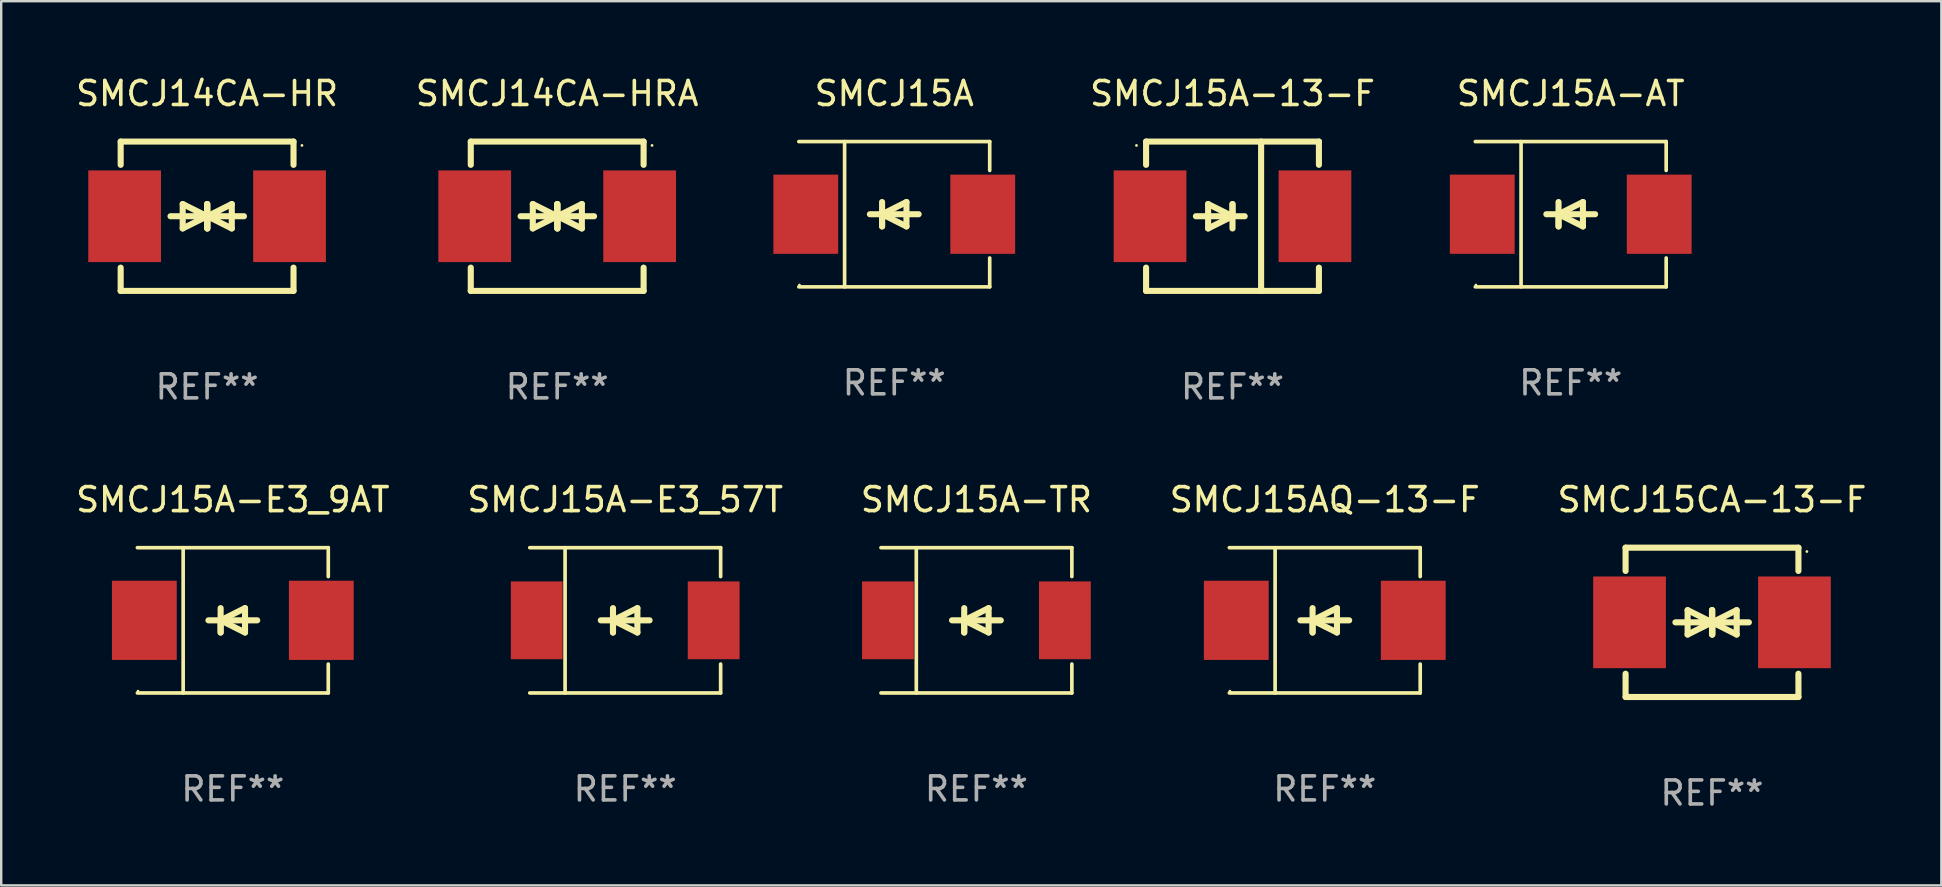
<source format=kicad_pcb>
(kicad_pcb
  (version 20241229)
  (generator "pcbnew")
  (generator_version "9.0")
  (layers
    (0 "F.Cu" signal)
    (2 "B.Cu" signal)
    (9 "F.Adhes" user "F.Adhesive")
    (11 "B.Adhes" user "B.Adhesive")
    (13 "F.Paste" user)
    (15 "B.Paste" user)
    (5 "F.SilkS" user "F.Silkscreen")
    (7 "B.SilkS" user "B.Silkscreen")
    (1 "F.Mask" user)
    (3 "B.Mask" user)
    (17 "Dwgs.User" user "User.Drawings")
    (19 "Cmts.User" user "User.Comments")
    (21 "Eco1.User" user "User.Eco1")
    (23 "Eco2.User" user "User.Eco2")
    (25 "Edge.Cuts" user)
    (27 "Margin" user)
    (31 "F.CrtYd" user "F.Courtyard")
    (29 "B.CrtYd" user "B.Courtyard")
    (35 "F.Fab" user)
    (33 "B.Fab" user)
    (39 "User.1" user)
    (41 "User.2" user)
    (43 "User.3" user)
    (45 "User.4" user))
  (footprint "SMCJ15A-AT"
    (layer "F.Cu")
    (at 62.383 5.874)
    (property "Reference" "SMCJ15A-AT" (at 0 -5.026 0) (layer "F.SilkS") (effects (font (size 1 1) (thickness 0.15))))
    (attr through_hole)
    (fp_line (start -3.976 -3.026) (end 3.976 -3.026) (stroke (width 0.152) (type solid)) (layer "F.SilkS"))
    (fp_line (start -3.976 3.026) (end 3.976 3.026) (stroke (width 0.152) (type solid)) (layer "F.SilkS"))
    (fp_line (start -2.069 -3.026) (end -2.069 3.026) (stroke (width 0.152) (type solid)) (layer "F.SilkS"))
    (fp_line (start -0.508 0) (end -0.508 0.508) (stroke (width 0.254) (type solid)) (layer "F.SilkS"))
    (fp_line (start -0.508 0) (end 0.508 0.508) (stroke (width 0.254) (type solid)) (layer "F.SilkS"))
    (fp_line (start -0.508 0.508) (end -0.508 -0.508) (stroke (width 0.254) (type solid)) (layer "F.SilkS"))
    (fp_line (start 0.508 -0.508) (end -0.508 0) (stroke (width 0.254) (type solid)) (layer "F.SilkS"))
    (fp_line (start 0.508 0.508) (end 0.508 -0.508) (stroke (width 0.254) (type solid)) (layer "F.SilkS"))
    (fp_line (start 1.016 0) (end -1.016 0) (stroke (width 0.254) (type solid)) (layer "F.SilkS"))
    (fp_line (start 3.976 -3.026) (end 3.976 -1.823) (stroke (width 0.152) (type solid)) (layer "F.SilkS"))
    (fp_line (start 3.976 3.026) (end 3.976 1.823) (stroke (width 0.152) (type solid)) (layer "F.SilkS"))
    (fp_circle (center -3.95 2.95) (end -3.92 2.95) (stroke (width 0.06) (type solid)) (fill no) (layer "F.SilkS"))
    (fp_text user "REF**" (at 0 7.026 0) (layer "F.Fab") (effects (font (size 1 1) (thickness 0.15))))
    (pad "1" smd rect (at -3.686 0) (size 2.7 3.3) (layers "F.Cu" "F.Mask" "F.Paste"))
    (pad "2" smd rect (at 3.686 0) (size 2.7 3.3) (layers "F.Cu" "F.Mask" "F.Paste")))
  (footprint "SMCJ14CA-HR"
    (layer "F.Cu")
    (at 5.577 5.958)
    (property "Reference" "SMCJ14CA-HR" (at 0 -5.11 0) (layer "F.SilkS") (effects (font (size 1 1) (thickness 0.15))))
    (attr through_hole)
    (fp_line (start -3.6 -2.141) (end -3.6 -3.11) (stroke (width 0.254) (type solid)) (layer "F.SilkS"))
    (fp_line (start -3.6 3.11) (end -3.6 2.141) (stroke (width 0.254) (type solid)) (layer "F.SilkS"))
    (fp_line (start -1.524 0) (end 0.508 0) (stroke (width 0.254) (type solid)) (layer "F.SilkS"))
    (fp_line (start -1.016 -0.508) (end -1.016 0.508) (stroke (width 0.254) (type solid)) (layer "F.SilkS"))
    (fp_line (start -1.016 0.508) (end 0 0) (stroke (width 0.254) (type solid)) (layer "F.SilkS"))
    (fp_line (start 0 -0.508) (end 0 0.508) (stroke (width 0.254) (type solid)) (layer "F.SilkS"))
    (fp_line (start 0 0) (end -1.016 -0.508) (stroke (width 0.254) (type solid)) (layer "F.SilkS"))
    (fp_line (start 0 0) (end 0 -0.508) (stroke (width 0.254) (type solid)) (layer "F.SilkS"))
    (fp_line (start 0.012 0) (end 0.012 0.508) (stroke (width 0.254) (type solid)) (layer "F.SilkS"))
    (fp_line (start 0.012 0) (end 1.028 0.508) (stroke (width 0.254) (type solid)) (layer "F.SilkS"))
    (fp_line (start 0.012 0.508) (end 0.012 -0.508) (stroke (width 0.254) (type solid)) (layer "F.SilkS"))
    (fp_line (start 1.028 -0.508) (end 0.012 0) (stroke (width 0.254) (type solid)) (layer "F.SilkS"))
    (fp_line (start 1.028 0.508) (end 1.028 -0.508) (stroke (width 0.254) (type solid)) (layer "F.SilkS"))
    (fp_line (start 1.536 0) (end -0.496 0) (stroke (width 0.254) (type solid)) (layer "F.SilkS"))
    (fp_line (start 3.6 -3.11) (end -3.6 -3.11) (stroke (width 0.254) (type solid)) (layer "F.SilkS"))
    (fp_line (start 3.6 -2.141) (end 3.6 -3.11) (stroke (width 0.254) (type solid)) (layer "F.SilkS"))
    (fp_line (start 3.6 3.11) (end -3.6 3.11) (stroke (width 0.254) (type solid)) (layer "F.SilkS"))
    (fp_line (start 3.6 3.11) (end 3.6 2.141) (stroke (width 0.254) (type solid)) (layer "F.SilkS"))
    (fp_circle (center 3.952 -2.95) (end 3.982 -2.95) (stroke (width 0.06) (type solid)) (fill no) (layer "F.SilkS"))
    (fp_text user "REF**" (at 0 7.11 0) (layer "F.Fab") (effects (font (size 1 1) (thickness 0.15))))
    (pad "1" smd rect (at 3.435 0) (size 3.03 3.82) (layers "F.Cu" "F.Mask" "F.Paste"))
    (pad "2" smd rect (at -3.435 0) (size 3.03 3.82) (layers "F.Cu" "F.Mask" "F.Paste")))
  (footprint "SMCJ15A-13-F"
    (layer "F.Cu")
    (at 48.293 5.958)
    (property "Reference" "SMCJ15A-13-F" (at 0 -5.11 0) (layer "F.SilkS") (effects (font (size 1 1) (thickness 0.15))))
    (attr through_hole)
    (fp_line (start -3.6 -2.141) (end -3.6 -3.11) (stroke (width 0.254) (type solid)) (layer "F.SilkS"))
    (fp_line (start -3.6 3.11) (end -3.6 2.141) (stroke (width 0.254) (type solid)) (layer "F.SilkS"))
    (fp_line (start -1.524 0) (end 0.508 0) (stroke (width 0.254) (type solid)) (layer "F.SilkS"))
    (fp_line (start -1.016 -0.508) (end -1.016 0.508) (stroke (width 0.254) (type solid)) (layer "F.SilkS"))
    (fp_line (start -1.016 0.508) (end 0 0) (stroke (width 0.254) (type solid)) (layer "F.SilkS"))
    (fp_line (start 0 -0.508) (end 0 0.508) (stroke (width 0.254) (type solid)) (layer "F.SilkS"))
    (fp_line (start 0 0) (end -1.016 -0.508) (stroke (width 0.254) (type solid)) (layer "F.SilkS"))
    (fp_line (start 0 0) (end 0 -0.508) (stroke (width 0.254) (type solid)) (layer "F.SilkS"))
    (fp_line (start 1.192 3.11) (end 1.192 -3.11) (stroke (width 0.254) (type solid)) (layer "F.SilkS"))
    (fp_line (start 3.6 -3.11) (end -3.6 -3.11) (stroke (width 0.254) (type solid)) (layer "F.SilkS"))
    (fp_line (start 3.6 -2.141) (end 3.6 -3.11) (stroke (width 0.254) (type solid)) (layer "F.SilkS"))
    (fp_line (start 3.6 3.11) (end -3.6 3.11) (stroke (width 0.254) (type solid)) (layer "F.SilkS"))
    (fp_line (start 3.6 3.11) (end 3.6 2.141) (stroke (width 0.254) (type solid)) (layer "F.SilkS"))
    (fp_circle (center -4 -2.95) (end -3.97 -2.95) (stroke (width 0.06) (type solid)) (fill no) (layer "F.SilkS"))
    (fp_text user "REF**" (at 0 7.11 0) (layer "F.Fab") (effects (font (size 1 1) (thickness 0.15))))
    (pad "1" smd rect (at -3.435 0) (size 3.03 3.82) (layers "F.Cu" "F.Mask" "F.Paste"))
    (pad "2" smd rect (at 3.435 0) (size 3.03 3.82) (layers "F.Cu" "F.Mask" "F.Paste")))
  (footprint "SMCJ15A-E3_57T"
    (layer "F.Cu")
    (at 22.994 22.791)
    (property "Reference" "SMCJ15A-E3_57T" (at 0 -5.026 0) (layer "F.SilkS") (effects (font (size 1 1) (thickness 0.15))))
    (attr through_hole)
    (fp_line (start -3.976 -3.026) (end 3.976 -3.026) (stroke (width 0.152) (type solid)) (layer "F.SilkS"))
    (fp_line (start -3.976 3.026) (end 3.976 3.026) (stroke (width 0.152) (type solid)) (layer "F.SilkS"))
    (fp_line (start -2.504 -3.026) (end -2.504 3.026) (stroke (width 0.152) (type solid)) (layer "F.SilkS"))
    (fp_line (start -0.508 0) (end -0.508 0.508) (stroke (width 0.254) (type solid)) (layer "F.SilkS"))
    (fp_line (start -0.508 0) (end 0.508 0.508) (stroke (width 0.254) (type solid)) (layer "F.SilkS"))
    (fp_line (start -0.508 0.508) (end -0.508 -0.508) (stroke (width 0.254) (type solid)) (layer "F.SilkS"))
    (fp_line (start 0.508 -0.508) (end -0.508 0) (stroke (width 0.254) (type solid)) (layer "F.SilkS"))
    (fp_line (start 0.508 0.508) (end 0.508 -0.508) (stroke (width 0.254) (type solid)) (layer "F.SilkS"))
    (fp_line (start 1.016 0) (end -1.016 0) (stroke (width 0.254) (type solid)) (layer "F.SilkS"))
    (fp_line (start 3.976 -3.026) (end 3.976 -1.823) (stroke (width 0.152) (type solid)) (layer "F.SilkS"))
    (fp_line (start 3.976 3.026) (end 3.976 1.823) (stroke (width 0.152) (type solid)) (layer "F.SilkS"))
    (fp_circle (center 3.95 -2.95) (end 3.98 -2.95) (stroke (width 0.06) (type solid)) (fill no) (layer "F.SilkS"))
    (fp_text user "REF**" (at 0 7.026 0) (layer "F.Fab") (effects (font (size 1 1) (thickness 0.15))))
    (pad "1" smd rect (at 3.686 0 180) (size 2.158 3.24) (layers "F.Cu" "F.Mask" "F.Paste"))
    (pad "2" smd rect (at -3.686 0 180) (size 2.158 3.24) (layers "F.Cu" "F.Mask" "F.Paste")))
  (footprint "SMCJ15A-TR"
    (layer "F.Cu")
    (at 37.625 22.791)
    (property "Reference" "SMCJ15A-TR" (at 0 -5.026 0) (layer "F.SilkS") (effects (font (size 1 1) (thickness 0.15))))
    (attr through_hole)
    (fp_line (start -3.976 -3.026) (end 3.976 -3.026) (stroke (width 0.152) (type solid)) (layer "F.SilkS"))
    (fp_line (start -3.976 3.026) (end 3.976 3.026) (stroke (width 0.152) (type solid)) (layer "F.SilkS"))
    (fp_line (start -2.504 -3.026) (end -2.504 3.026) (stroke (width 0.152) (type solid)) (layer "F.SilkS"))
    (fp_line (start -0.508 0) (end -0.508 0.508) (stroke (width 0.254) (type solid)) (layer "F.SilkS"))
    (fp_line (start -0.508 0) (end 0.508 0.508) (stroke (width 0.254) (type solid)) (layer "F.SilkS"))
    (fp_line (start -0.508 0.508) (end -0.508 -0.508) (stroke (width 0.254) (type solid)) (layer "F.SilkS"))
    (fp_line (start 0.508 -0.508) (end -0.508 0) (stroke (width 0.254) (type solid)) (layer "F.SilkS"))
    (fp_line (start 0.508 0.508) (end 0.508 -0.508) (stroke (width 0.254) (type solid)) (layer "F.SilkS"))
    (fp_line (start 1.016 0) (end -1.016 0) (stroke (width 0.254) (type solid)) (layer "F.SilkS"))
    (fp_line (start 3.976 -3.026) (end 3.976 -1.823) (stroke (width 0.152) (type solid)) (layer "F.SilkS"))
    (fp_line (start 3.976 3.026) (end 3.976 1.823) (stroke (width 0.152) (type solid)) (layer "F.SilkS"))
    (fp_circle (center 3.95 -2.95) (end 3.98 -2.95) (stroke (width 0.06) (type solid)) (fill no) (layer "F.SilkS"))
    (fp_text user "REF**" (at 0 7.026 0) (layer "F.Fab") (effects (font (size 1 1) (thickness 0.15))))
    (pad "1" smd rect (at 3.686 0 180) (size 2.158 3.24) (layers "F.Cu" "F.Mask" "F.Paste"))
    (pad "2" smd rect (at -3.686 0 180) (size 2.158 3.24) (layers "F.Cu" "F.Mask" "F.Paste")))
  (footprint "SMCJ15AQ-13-F"
    (layer "F.Cu")
    (at 52.137 22.791)
    (property "Reference" "SMCJ15AQ-13-F" (at 0 -5.026 0) (layer "F.SilkS") (effects (font (size 1 1) (thickness 0.15))))
    (attr through_hole)
    (fp_line (start -3.976 -3.026) (end 3.976 -3.026) (stroke (width 0.152) (type solid)) (layer "F.SilkS"))
    (fp_line (start -3.976 3.026) (end 3.976 3.026) (stroke (width 0.152) (type solid)) (layer "F.SilkS"))
    (fp_line (start -2.069 -3.026) (end -2.069 3.026) (stroke (width 0.152) (type solid)) (layer "F.SilkS"))
    (fp_line (start -0.508 0) (end -0.508 0.508) (stroke (width 0.254) (type solid)) (layer "F.SilkS"))
    (fp_line (start -0.508 0) (end 0.508 0.508) (stroke (width 0.254) (type solid)) (layer "F.SilkS"))
    (fp_line (start -0.508 0.508) (end -0.508 -0.508) (stroke (width 0.254) (type solid)) (layer "F.SilkS"))
    (fp_line (start 0.508 -0.508) (end -0.508 0) (stroke (width 0.254) (type solid)) (layer "F.SilkS"))
    (fp_line (start 0.508 0.508) (end 0.508 -0.508) (stroke (width 0.254) (type solid)) (layer "F.SilkS"))
    (fp_line (start 1.016 0) (end -1.016 0) (stroke (width 0.254) (type solid)) (layer "F.SilkS"))
    (fp_line (start 3.976 -3.026) (end 3.976 -1.823) (stroke (width 0.152) (type solid)) (layer "F.SilkS"))
    (fp_line (start 3.976 3.026) (end 3.976 1.823) (stroke (width 0.152) (type solid)) (layer "F.SilkS"))
    (fp_circle (center -3.95 2.95) (end -3.92 2.95) (stroke (width 0.06) (type solid)) (fill no) (layer "F.SilkS"))
    (fp_text user "REF**" (at 0 7.026 0) (layer "F.Fab") (effects (font (size 1 1) (thickness 0.15))))
    (pad "1" smd rect (at -3.686 0) (size 2.7 3.3) (layers "F.Cu" "F.Mask" "F.Paste"))
    (pad "2" smd rect (at 3.686 0) (size 2.7 3.3) (layers "F.Cu" "F.Mask" "F.Paste")))
  (footprint "SMCJ14CA-HRA"
    (layer "F.Cu")
    (at 20.161 5.958)
    (property "Reference" "SMCJ14CA-HRA" (at 0 -5.11 0) (layer "F.SilkS") (effects (font (size 1 1) (thickness 0.15))))
    (attr through_hole)
    (fp_line (start -3.6 -2.141) (end -3.6 -3.11) (stroke (width 0.254) (type solid)) (layer "F.SilkS"))
    (fp_line (start -3.6 3.11) (end -3.6 2.141) (stroke (width 0.254) (type solid)) (layer "F.SilkS"))
    (fp_line (start -1.524 0) (end 0.508 0) (stroke (width 0.254) (type solid)) (layer "F.SilkS"))
    (fp_line (start -1.016 -0.508) (end -1.016 0.508) (stroke (width 0.254) (type solid)) (layer "F.SilkS"))
    (fp_line (start -1.016 0.508) (end 0 0) (stroke (width 0.254) (type solid)) (layer "F.SilkS"))
    (fp_line (start 0 -0.508) (end 0 0.508) (stroke (width 0.254) (type solid)) (layer "F.SilkS"))
    (fp_line (start 0 0) (end -1.016 -0.508) (stroke (width 0.254) (type solid)) (layer "F.SilkS"))
    (fp_line (start 0 0) (end 0 -0.508) (stroke (width 0.254) (type solid)) (layer "F.SilkS"))
    (fp_line (start 0.012 0) (end 0.012 0.508) (stroke (width 0.254) (type solid)) (layer "F.SilkS"))
    (fp_line (start 0.012 0) (end 1.028 0.508) (stroke (width 0.254) (type solid)) (layer "F.SilkS"))
    (fp_line (start 0.012 0.508) (end 0.012 -0.508) (stroke (width 0.254) (type solid)) (layer "F.SilkS"))
    (fp_line (start 1.028 -0.508) (end 0.012 0) (stroke (width 0.254) (type solid)) (layer "F.SilkS"))
    (fp_line (start 1.028 0.508) (end 1.028 -0.508) (stroke (width 0.254) (type solid)) (layer "F.SilkS"))
    (fp_line (start 1.536 0) (end -0.496 0) (stroke (width 0.254) (type solid)) (layer "F.SilkS"))
    (fp_line (start 3.6 -3.11) (end -3.6 -3.11) (stroke (width 0.254) (type solid)) (layer "F.SilkS"))
    (fp_line (start 3.6 -2.141) (end 3.6 -3.11) (stroke (width 0.254) (type solid)) (layer "F.SilkS"))
    (fp_line (start 3.6 3.11) (end -3.6 3.11) (stroke (width 0.254) (type solid)) (layer "F.SilkS"))
    (fp_line (start 3.6 3.11) (end 3.6 2.141) (stroke (width 0.254) (type solid)) (layer "F.SilkS"))
    (fp_circle (center 3.952 -2.95) (end 3.982 -2.95) (stroke (width 0.06) (type solid)) (fill no) (layer "F.SilkS"))
    (fp_text user "REF**" (at 0 7.11 0) (layer "F.Fab") (effects (font (size 1 1) (thickness 0.15))))
    (pad "1" smd rect (at 3.435 0) (size 3.03 3.82) (layers "F.Cu" "F.Mask" "F.Paste"))
    (pad "2" smd rect (at -3.435 0) (size 3.03 3.82) (layers "F.Cu" "F.Mask" "F.Paste")))
  (footprint "SMCJ15A"
    (layer "F.Cu")
    (at 34.203 5.874)
    (property "Reference" "SMCJ15A" (at 0 -5.026 0) (layer "F.SilkS") (effects (font (size 1 1) (thickness 0.15))))
    (attr through_hole)
    (fp_line (start -3.976 -3.026) (end 3.976 -3.026) (stroke (width 0.152) (type solid)) (layer "F.SilkS"))
    (fp_line (start -3.976 3.026) (end 3.976 3.026) (stroke (width 0.152) (type solid)) (layer "F.SilkS"))
    (fp_line (start -2.069 -3.026) (end -2.069 3.026) (stroke (width 0.152) (type solid)) (layer "F.SilkS"))
    (fp_line (start -0.508 0) (end -0.508 0.508) (stroke (width 0.254) (type solid)) (layer "F.SilkS"))
    (fp_line (start -0.508 0) (end 0.508 0.508) (stroke (width 0.254) (type solid)) (layer "F.SilkS"))
    (fp_line (start -0.508 0.508) (end -0.508 -0.508) (stroke (width 0.254) (type solid)) (layer "F.SilkS"))
    (fp_line (start 0.508 -0.508) (end -0.508 0) (stroke (width 0.254) (type solid)) (layer "F.SilkS"))
    (fp_line (start 0.508 0.508) (end 0.508 -0.508) (stroke (width 0.254) (type solid)) (layer "F.SilkS"))
    (fp_line (start 1.016 0) (end -1.016 0) (stroke (width 0.254) (type solid)) (layer "F.SilkS"))
    (fp_line (start 3.976 -3.026) (end 3.976 -1.823) (stroke (width 0.152) (type solid)) (layer "F.SilkS"))
    (fp_line (start 3.976 3.026) (end 3.976 1.823) (stroke (width 0.152) (type solid)) (layer "F.SilkS"))
    (fp_circle (center -3.95 2.95) (end -3.92 2.95) (stroke (width 0.06) (type solid)) (fill no) (layer "F.SilkS"))
    (fp_text user "REF**" (at 0 7.026 0) (layer "F.Fab") (effects (font (size 1 1) (thickness 0.15))))
    (pad "1" smd rect (at -3.686 0) (size 2.7 3.3) (layers "F.Cu" "F.Mask" "F.Paste"))
    (pad "2" smd rect (at 3.686 0) (size 2.7 3.3) (layers "F.Cu" "F.Mask" "F.Paste")))
  (footprint "SMCJ15A-E3_9AT"
    (layer "F.Cu")
    (at 6.649 22.791)
    (property "Reference" "SMCJ15A-E3_9AT" (at 0 -5.026 0) (layer "F.SilkS") (effects (font (size 1 1) (thickness 0.15))))
    (attr through_hole)
    (fp_line (start -3.976 -3.026) (end 3.976 -3.026) (stroke (width 0.152) (type solid)) (layer "F.SilkS"))
    (fp_line (start -3.976 3.026) (end 3.976 3.026) (stroke (width 0.152) (type solid)) (layer "F.SilkS"))
    (fp_line (start -2.069 -3.026) (end -2.069 3.026) (stroke (width 0.152) (type solid)) (layer "F.SilkS"))
    (fp_line (start -0.508 0) (end -0.508 0.508) (stroke (width 0.254) (type solid)) (layer "F.SilkS"))
    (fp_line (start -0.508 0) (end 0.508 0.508) (stroke (width 0.254) (type solid)) (layer "F.SilkS"))
    (fp_line (start -0.508 0.508) (end -0.508 -0.508) (stroke (width 0.254) (type solid)) (layer "F.SilkS"))
    (fp_line (start 0.508 -0.508) (end -0.508 0) (stroke (width 0.254) (type solid)) (layer "F.SilkS"))
    (fp_line (start 0.508 0.508) (end 0.508 -0.508) (stroke (width 0.254) (type solid)) (layer "F.SilkS"))
    (fp_line (start 1.016 0) (end -1.016 0) (stroke (width 0.254) (type solid)) (layer "F.SilkS"))
    (fp_line (start 3.976 -3.026) (end 3.976 -1.823) (stroke (width 0.152) (type solid)) (layer "F.SilkS"))
    (fp_line (start 3.976 3.026) (end 3.976 1.823) (stroke (width 0.152) (type solid)) (layer "F.SilkS"))
    (fp_circle (center -3.95 2.95) (end -3.92 2.95) (stroke (width 0.06) (type solid)) (fill no) (layer "F.SilkS"))
    (fp_text user "REF**" (at 0 7.026 0) (layer "F.Fab") (effects (font (size 1 1) (thickness 0.15))))
    (pad "1" smd rect (at -3.686 0) (size 2.7 3.3) (layers "F.Cu" "F.Mask" "F.Paste"))
    (pad "2" smd rect (at 3.686 0) (size 2.7 3.3) (layers "F.Cu" "F.Mask" "F.Paste")))
  (footprint "SMCJ15CA-13-F"
    (layer "F.Cu")
    (at 68.268 22.875)
    (property "Reference" "SMCJ15CA-13-F" (at 0 -5.11 0) (layer "F.SilkS") (effects (font (size 1 1) (thickness 0.15))))
    (attr through_hole)
    (fp_line (start -3.6 -2.141) (end -3.6 -3.11) (stroke (width 0.254) (type solid)) (layer "F.SilkS"))
    (fp_line (start -3.6 3.11) (end -3.6 2.141) (stroke (width 0.254) (type solid)) (layer "F.SilkS"))
    (fp_line (start -1.524 0) (end 0.508 0) (stroke (width 0.254) (type solid)) (layer "F.SilkS"))
    (fp_line (start -1.016 -0.508) (end -1.016 0.508) (stroke (width 0.254) (type solid)) (layer "F.SilkS"))
    (fp_line (start -1.016 0.508) (end 0 0) (stroke (width 0.254) (type solid)) (layer "F.SilkS"))
    (fp_line (start 0 -0.508) (end 0 0.508) (stroke (width 0.254) (type solid)) (layer "F.SilkS"))
    (fp_line (start 0 0) (end -1.016 -0.508) (stroke (width 0.254) (type solid)) (layer "F.SilkS"))
    (fp_line (start 0 0) (end 0 -0.508) (stroke (width 0.254) (type solid)) (layer "F.SilkS"))
    (fp_line (start 0.012 0) (end 0.012 0.508) (stroke (width 0.254) (type solid)) (layer "F.SilkS"))
    (fp_line (start 0.012 0) (end 1.028 0.508) (stroke (width 0.254) (type solid)) (layer "F.SilkS"))
    (fp_line (start 0.012 0.508) (end 0.012 -0.508) (stroke (width 0.254) (type solid)) (layer "F.SilkS"))
    (fp_line (start 1.028 -0.508) (end 0.012 0) (stroke (width 0.254) (type solid)) (layer "F.SilkS"))
    (fp_line (start 1.028 0.508) (end 1.028 -0.508) (stroke (width 0.254) (type solid)) (layer "F.SilkS"))
    (fp_line (start 1.536 0) (end -0.496 0) (stroke (width 0.254) (type solid)) (layer "F.SilkS"))
    (fp_line (start 3.6 -3.11) (end -3.6 -3.11) (stroke (width 0.254) (type solid)) (layer "F.SilkS"))
    (fp_line (start 3.6 -2.141) (end 3.6 -3.11) (stroke (width 0.254) (type solid)) (layer "F.SilkS"))
    (fp_line (start 3.6 3.11) (end -3.6 3.11) (stroke (width 0.254) (type solid)) (layer "F.SilkS"))
    (fp_line (start 3.6 3.11) (end 3.6 2.141) (stroke (width 0.254) (type solid)) (layer "F.SilkS"))
    (fp_circle (center 3.952 -2.95) (end 3.982 -2.95) (stroke (width 0.06) (type solid)) (fill no) (layer "F.SilkS"))
    (fp_text user "REF**" (at 0 7.11 0) (layer "F.Fab") (effects (font (size 1 1) (thickness 0.15))))
    (pad "1" smd rect (at 3.435 0) (size 3.03 3.82) (layers "F.Cu" "F.Mask" "F.Paste"))
    (pad "2" smd rect (at -3.435 0) (size 3.03 3.82) (layers "F.Cu" "F.Mask" "F.Paste")))
  (gr_rect
    (start -3 -3)
    (end 77.821 33.833)
    (stroke (width 0.1) (type default))
    (fill no)
    (layer "Edge.Cuts")))
</source>
